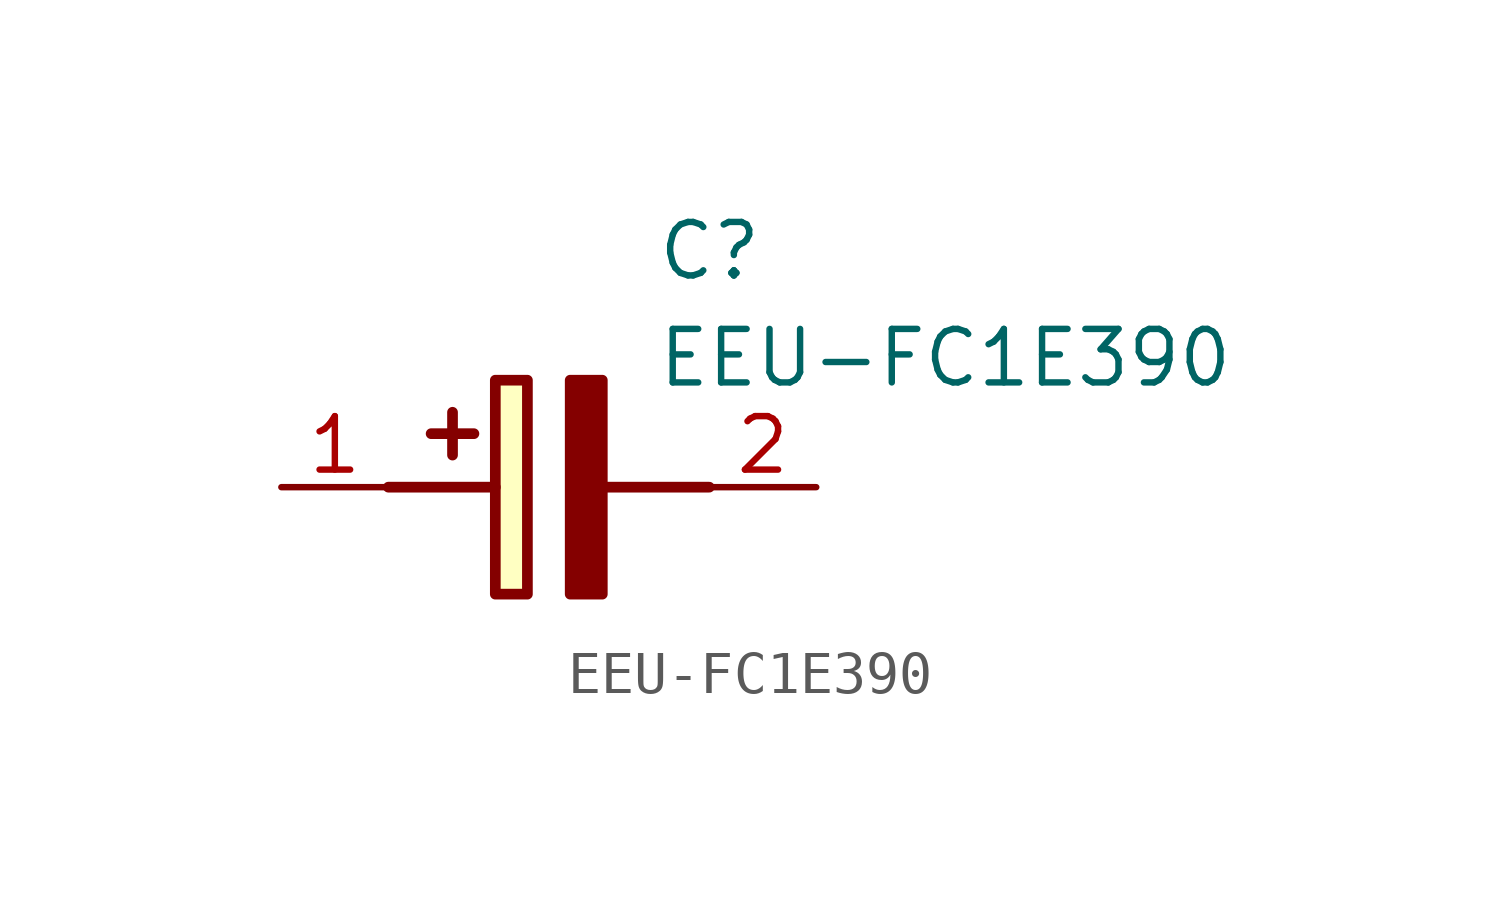
<source format=kicad_sym>
(kicad_symbol_lib
  (version 20211014)
  (generator SamacSys_ECAD_Model)
  (symbol "EEU-FC1E390"
    (pin_names hide)
    (property "Reference" "C"
      (at 8.89 6.35 0)
      (effects (font (size 1.27 1.27)) (justify left top)))
    (property "Value" "EEU-FC1E390"
      (at 8.89 3.81 0)
      (effects (font (size 1.27 1.27)) (justify left top)))
    (rectangle
      (start 5.08 2.54)
      (end 5.842 -2.54)
      (stroke (width 0.254) (type default))
      (fill (type background)))
    (polyline
      (pts (xy 4.572 1.27) (xy 3.556 1.27))
      (stroke (width 0.254) (type default))
      (fill (type none)))
    (polyline
      (pts (xy 4.064 1.778) (xy 4.064 0.762))
      (stroke (width 0.254) (type default))
      (fill (type none)))
    (polyline
      (pts (xy 2.54 0) (xy 5.08 0))
      (stroke (width 0.254) (type default))
      (fill (type none)))
    (polyline
      (pts (xy 7.62 0) (xy 10.16 0))
      (stroke (width 0.254) (type default))
      (fill (type none)))
    (polyline
      (pts (xy 7.62 2.54) (xy 7.62 -2.54) (xy 6.858 -2.54) (xy 6.858 2.54) (xy 7.62 2.54))
      (stroke (width 0.254) (type default))
      (fill (type outline)))
    (pin passive line
      (at 0 0 0)
      (length 2.54)
      (name "+" (effects (font (size 1.27 1.27))))
      (number "1" (effects (font (size 1.27 1.27)))))
    (pin passive line
      (at 12.7 0 180)
      (length 2.54)
      (name "-" (effects (font (size 1.27 1.27))))
      (number "2" (effects (font (size 1.27 1.27)))))))
</source>
